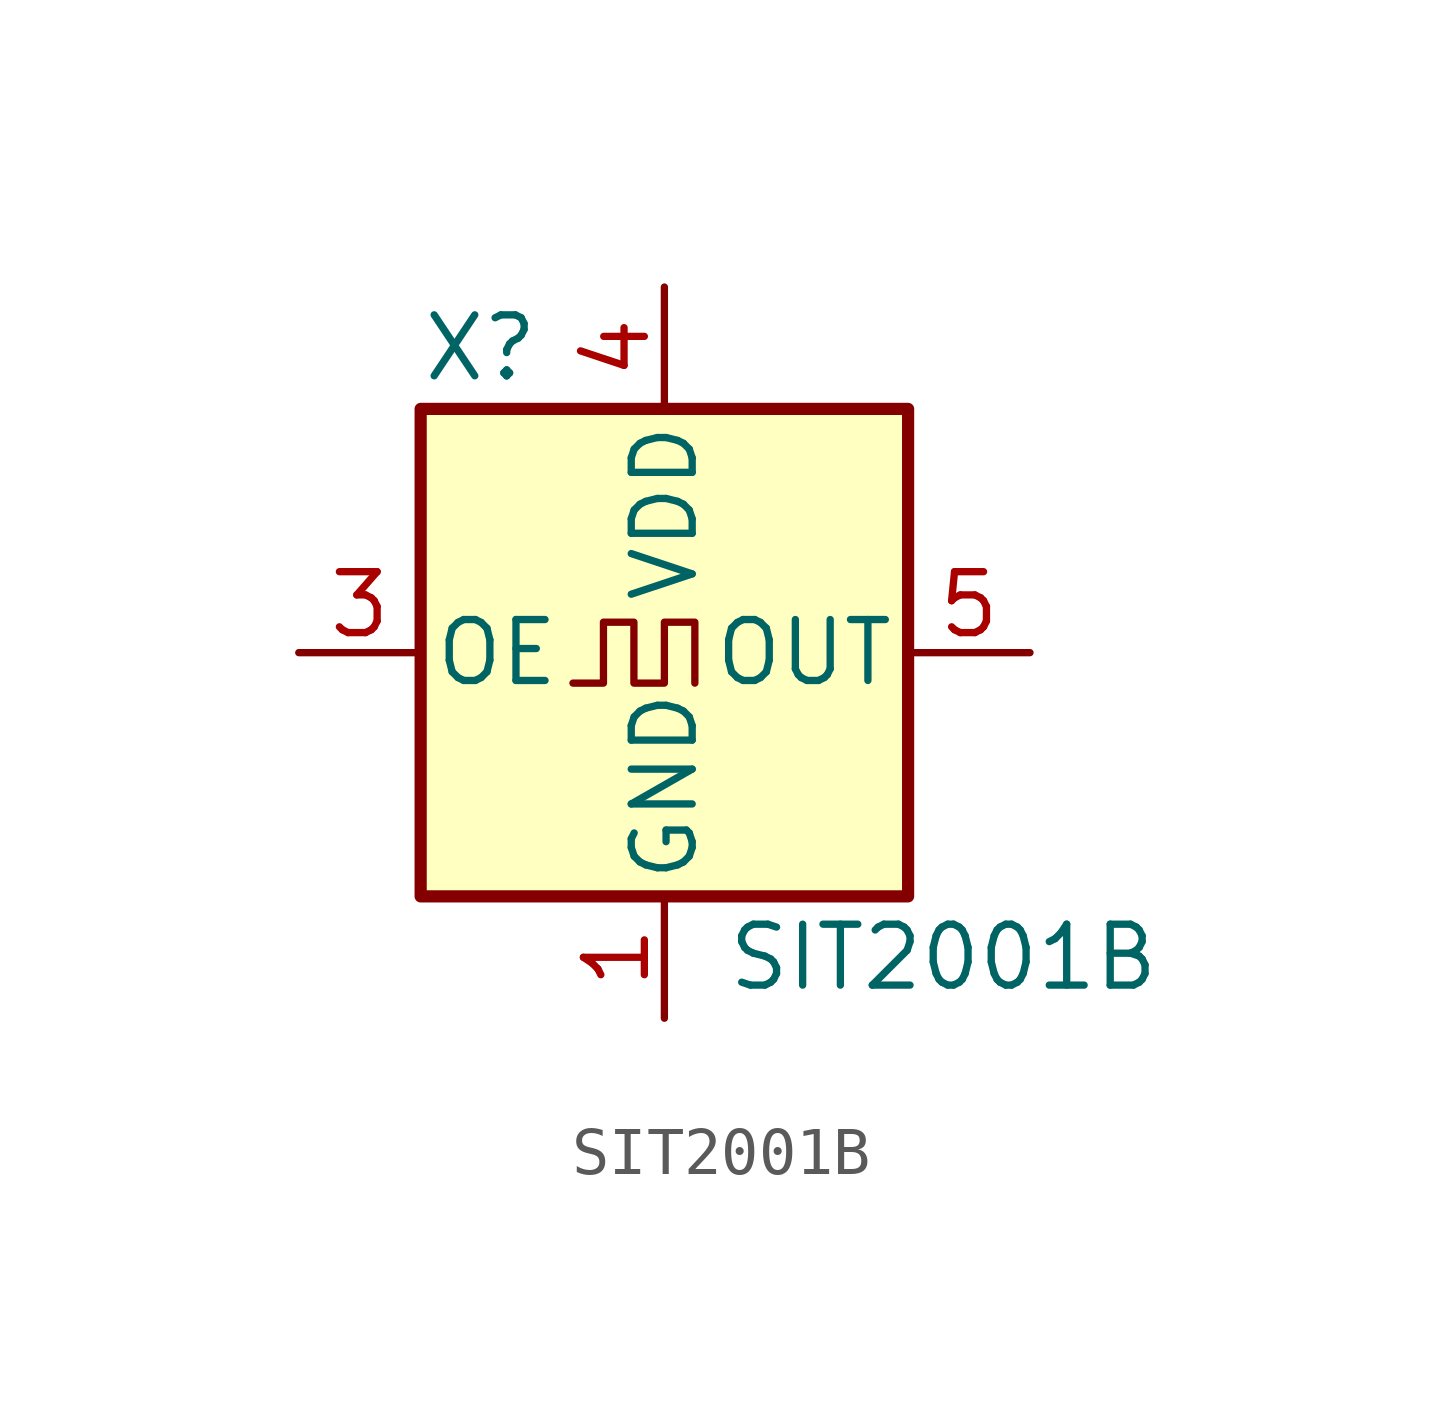
<source format=kicad_sym>
(kicad_symbol_lib
  (version 20211014)
  (generator kicad_symbol_editor)
  (symbol "SIT2001B"
    (pin_names
      (offset 0.254))
    (property "Reference" "X"
      (at -5.08 6.35 0)
      (effects (font (size 1.27 1.27)) (justify left)))
    (property "Value" "SIT2001B"
      (at 1.27 -6.35 0)
      (effects (font (size 1.27 1.27)) (justify left)))
    (symbol "SIT2001B_0_1"
      (rectangle (start -5.08 5.08) (end 5.08 -5.08) (stroke (width 0.254) (type default) (color 0 0 0 0)) (fill (type background)))
      (polyline (pts (xy -1.905 -0.635) (xy -1.27 -0.635) (xy -1.27 0.635) (xy -0.635 0.635) (xy -0.635 -0.635) (xy 0 -0.635) (xy 0 0.635) (xy 0.635 0.635) (xy 0.635 -0.635)) (stroke (width 0) (type default) (color 0 0 0 0)) (fill (type none))))
    (symbol "SIT2001B_1_1"
      (pin power_in line (at 0 -7.62 90) (length 2.54) (name "GND" (effects (font (size 1.27 1.27)))) (number "1" (effects (font (size 1.27 1.27)))))
      (pin no_connect line (at -7.62 -3.81 0) (length 2.54) hide (name "NC" (effects (font (size 1.27 1.27)))) (number "2" (effects (font (size 1.27 1.27)))))
      (pin input line (at -7.62 0 0) (length 2.54) (name "OE" (effects (font (size 1.27 1.27)))) (number "3" (effects (font (size 1.27 1.27)))))
      (pin power_in line (at 0 7.62 270) (length 2.54) (name "VDD" (effects (font (size 1.27 1.27)))) (number "4" (effects (font (size 1.27 1.27)))))
      (pin output line (at 7.62 0 180) (length 2.54) (name "OUT" (effects (font (size 1.27 1.27)))) (number "5" (effects (font (size 1.27 1.27))))))))
</source>
